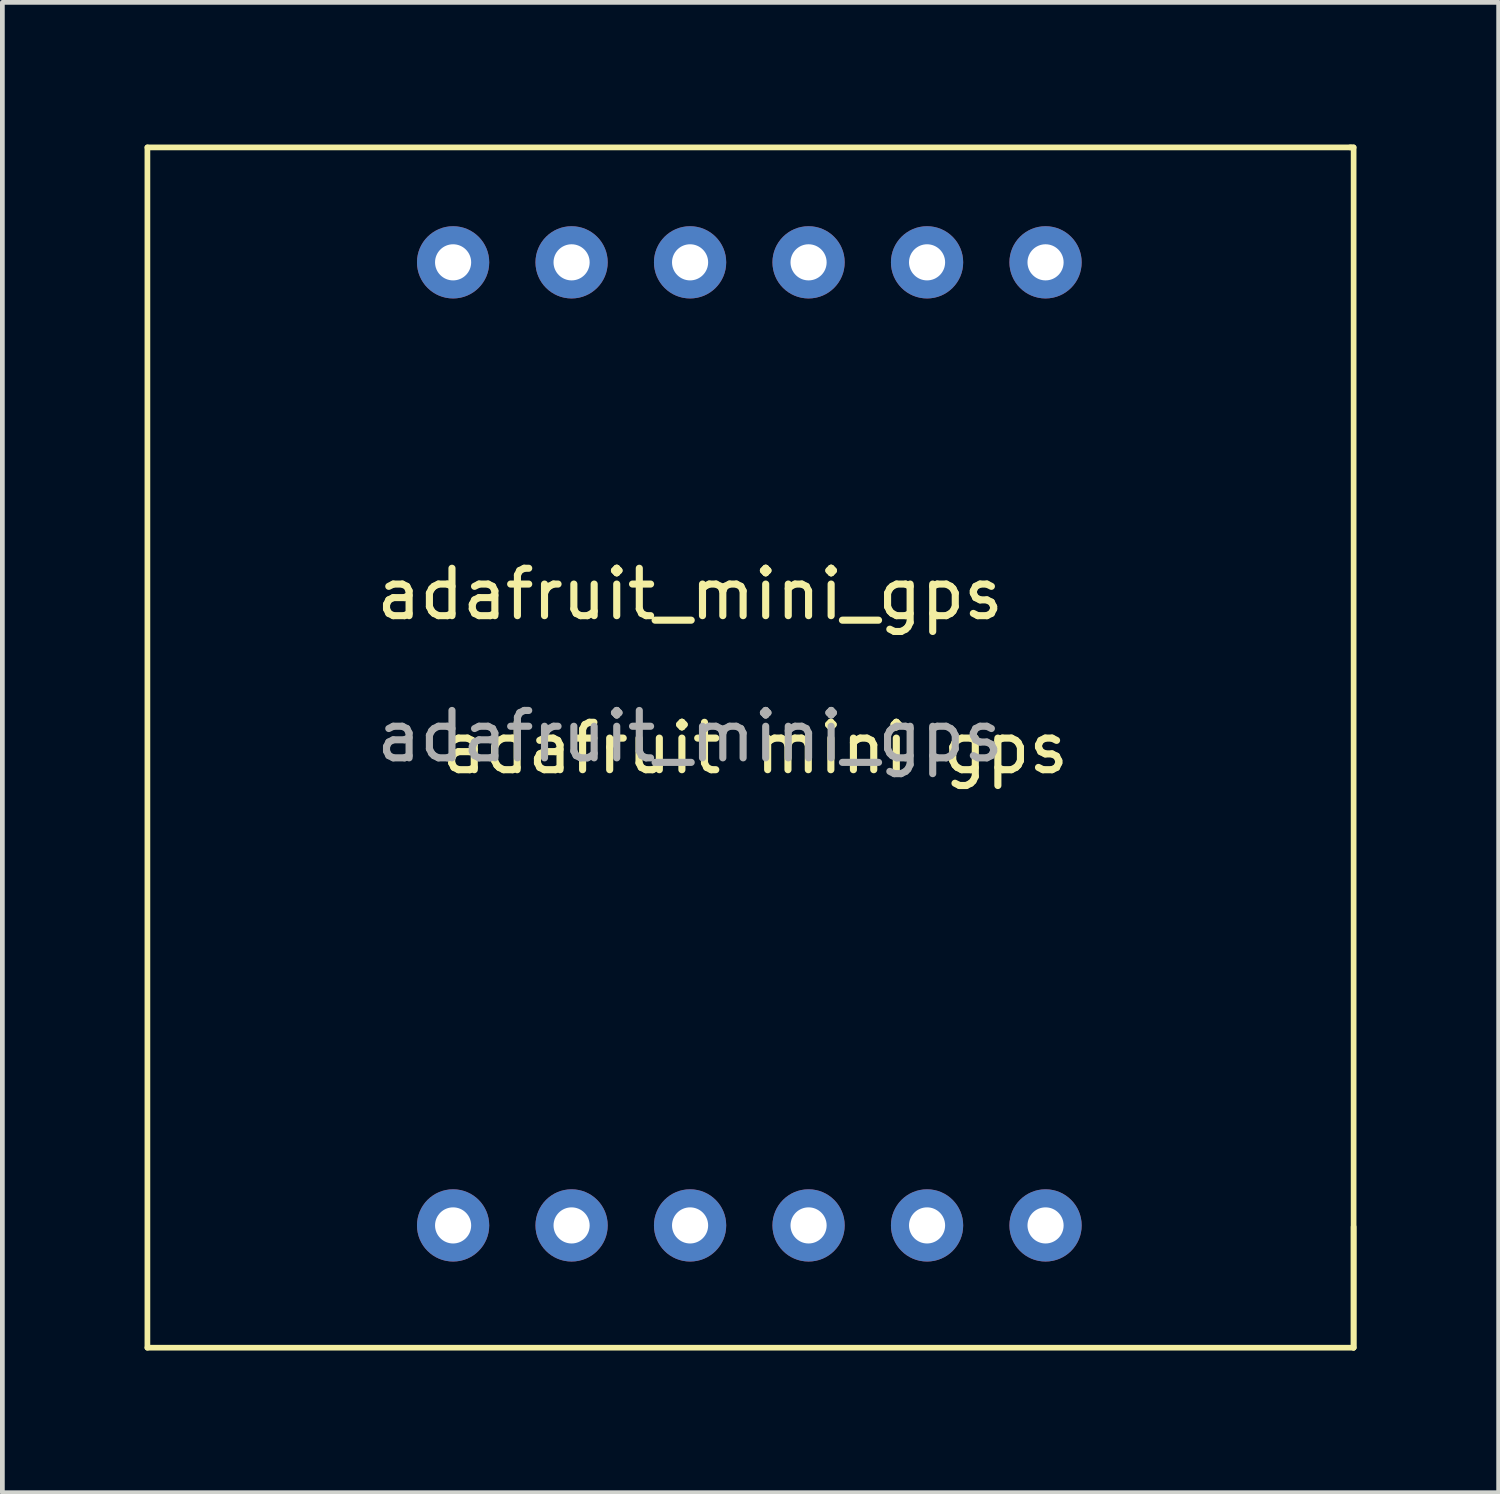
<source format=kicad_pcb>
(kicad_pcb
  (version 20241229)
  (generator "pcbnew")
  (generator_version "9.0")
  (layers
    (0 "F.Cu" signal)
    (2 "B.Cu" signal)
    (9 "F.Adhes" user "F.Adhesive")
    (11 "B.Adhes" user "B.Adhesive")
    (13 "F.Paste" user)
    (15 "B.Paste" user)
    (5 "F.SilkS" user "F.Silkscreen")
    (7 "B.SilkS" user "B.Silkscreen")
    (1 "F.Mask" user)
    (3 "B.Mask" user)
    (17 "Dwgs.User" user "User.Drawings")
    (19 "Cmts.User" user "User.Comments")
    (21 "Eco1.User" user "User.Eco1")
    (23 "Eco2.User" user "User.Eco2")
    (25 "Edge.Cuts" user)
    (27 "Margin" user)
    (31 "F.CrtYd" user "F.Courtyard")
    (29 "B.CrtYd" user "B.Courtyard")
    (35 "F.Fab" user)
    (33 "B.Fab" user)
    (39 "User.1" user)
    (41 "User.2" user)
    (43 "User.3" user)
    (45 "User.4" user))
  (footprint "adafruit_mini_gps"
    (layer "F.Cu")
    (at 19.01 2.485)
    (property "Reference" "adafruit_mini_gps" (at -7.5 7 0) (unlocked yes) (layer "F.SilkS") (effects (font (size 1 1) (thickness 0.15))))
    (attr through_hole)
    (fp_line (start -18.95 -2.425) (end 6.45 -2.425) (stroke (width 0.12) (type solid)) (layer "F.SilkS"))
    (fp_line (start -18.95 22.9) (end -18.95 -2.425) (stroke (width 0.12) (type solid)) (layer "F.SilkS"))
    (fp_line (start 6.5 -2.425) (end 6.425 -2.425) (stroke (width 0.12) (type solid)) (layer "F.SilkS"))
    (fp_line (start 6.5 20.35) (end 6.5 22.9) (stroke (width 0.12) (type solid)) (layer "F.SilkS"))
    (fp_line (start 6.5 22.9) (end -18.95 22.9) (stroke (width 0.12) (type solid)) (layer "F.SilkS"))
    (fp_line (start 6.5 22.9) (end 6.5 -2.425) (stroke (width 0.12) (type solid)) (layer "F.SilkS"))
    (fp_text user "adafruit mini gps" (at -6.125 10.25 0) (unlocked yes) (layer "F.SilkS") (effects (font (size 1 1) (thickness 0.15))))
    (fp_text user "${REFERENCE}" (at -7.5 10 0) (unlocked yes) (layer "F.Fab") (effects (font (size 1 1) (thickness 0.15))))
    (pad "1" thru_hole circle (at -12.5 0) (size 1.524 1.524) (drill 0.762) (layers "*.Cu" "*.Mask"))
    (pad "2" thru_hole circle (at -10 0) (size 1.524 1.524) (drill 0.762) (layers "*.Cu" "*.Mask"))
    (pad "3" thru_hole circle (at -7.5 0) (size 1.524 1.524) (drill 0.762) (layers "*.Cu" "*.Mask"))
    (pad "4" thru_hole circle (at -5 0) (size 1.524 1.524) (drill 0.762) (layers "*.Cu" "*.Mask"))
    (pad "5" thru_hole circle (at -2.5 0) (size 1.524 1.524) (drill 0.762) (layers "*.Cu" "*.Mask"))
    (pad "6" thru_hole circle (at 0 0) (size 1.524 1.524) (drill 0.762) (layers "*.Cu" "*.Mask"))
    (pad "7" thru_hole circle (at 0 20.32) (size 1.524 1.524) (drill 0.762) (layers "*.Cu" "*.Mask"))
    (pad "8" thru_hole circle (at -2.5 20.32) (size 1.524 1.524) (drill 0.762) (layers "*.Cu" "*.Mask"))
    (pad "9" thru_hole circle (at -5 20.32) (size 1.524 1.524) (drill 0.762) (layers "*.Cu" "*.Mask"))
    (pad "10" thru_hole circle (at -7.5 20.32) (size 1.524 1.524) (drill 0.762) (layers "*.Cu" "*.Mask"))
    (pad "11" thru_hole circle (at -10 20.32) (size 1.524 1.524) (drill 0.762) (layers "*.Cu" "*.Mask"))
    (pad "12" thru_hole circle (at -12.5 20.32) (size 1.524 1.524) (drill 0.762) (layers "*.Cu" "*.Mask")))
  (gr_rect
    (start -3 -3)
    (end 28.57 28.445)
    (stroke (width 0.1) (type default))
    (fill no)
    (layer "Edge.Cuts")))
</source>
